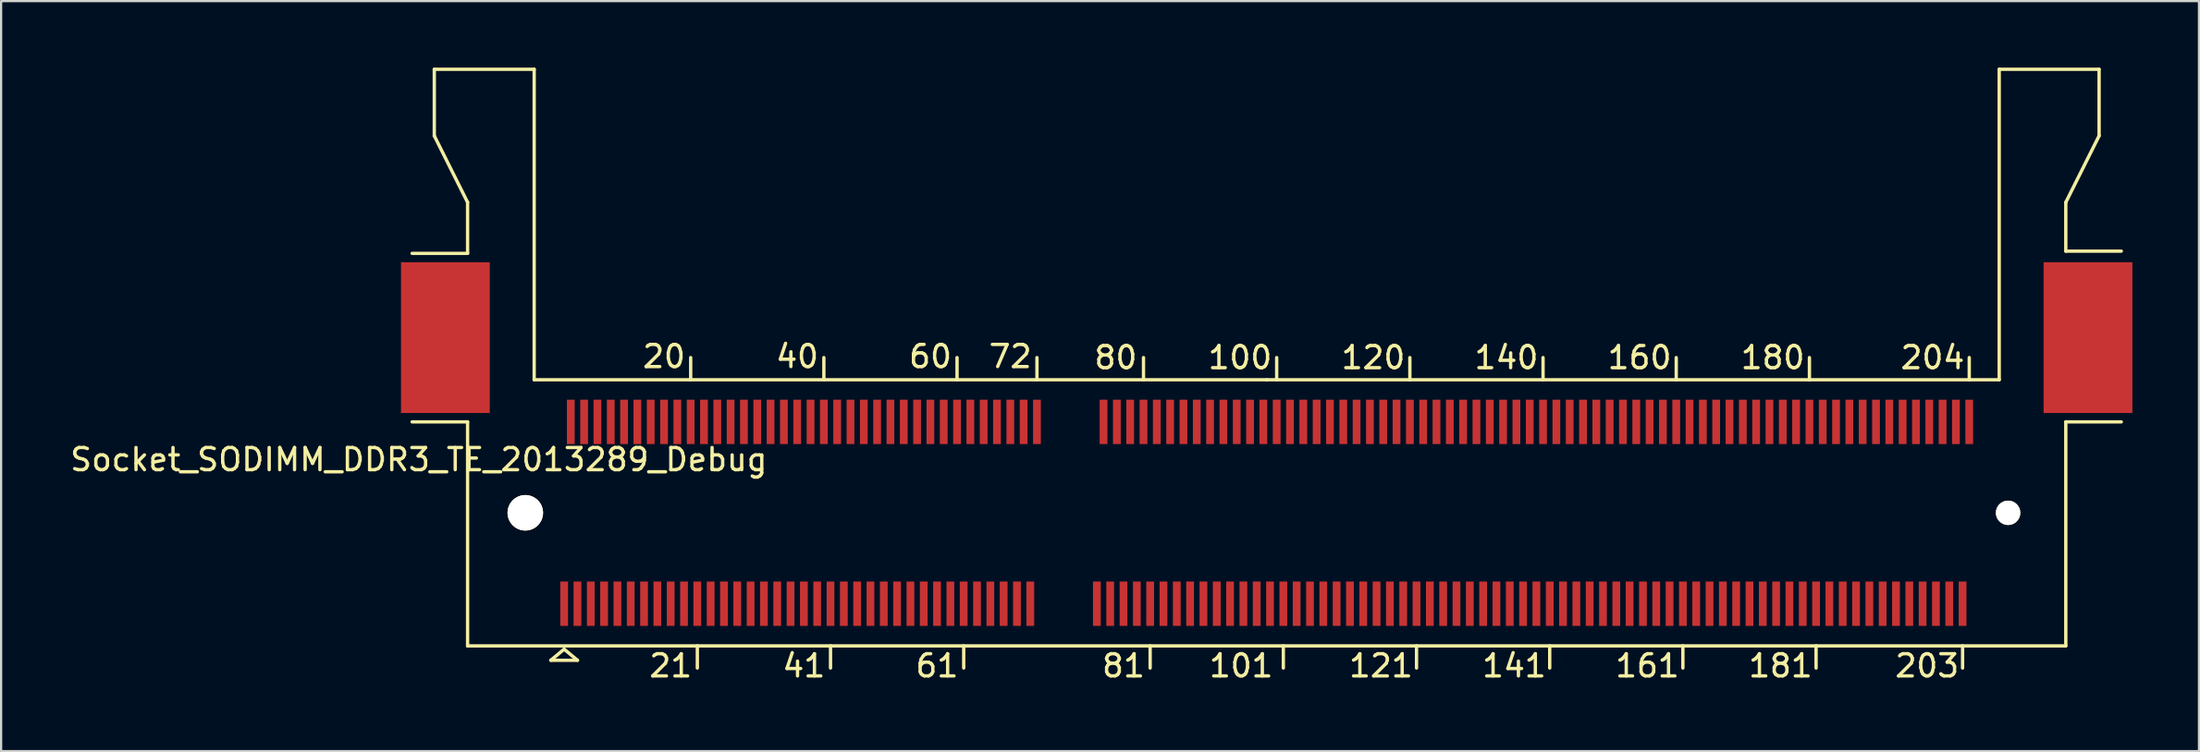
<source format=kicad_pcb>
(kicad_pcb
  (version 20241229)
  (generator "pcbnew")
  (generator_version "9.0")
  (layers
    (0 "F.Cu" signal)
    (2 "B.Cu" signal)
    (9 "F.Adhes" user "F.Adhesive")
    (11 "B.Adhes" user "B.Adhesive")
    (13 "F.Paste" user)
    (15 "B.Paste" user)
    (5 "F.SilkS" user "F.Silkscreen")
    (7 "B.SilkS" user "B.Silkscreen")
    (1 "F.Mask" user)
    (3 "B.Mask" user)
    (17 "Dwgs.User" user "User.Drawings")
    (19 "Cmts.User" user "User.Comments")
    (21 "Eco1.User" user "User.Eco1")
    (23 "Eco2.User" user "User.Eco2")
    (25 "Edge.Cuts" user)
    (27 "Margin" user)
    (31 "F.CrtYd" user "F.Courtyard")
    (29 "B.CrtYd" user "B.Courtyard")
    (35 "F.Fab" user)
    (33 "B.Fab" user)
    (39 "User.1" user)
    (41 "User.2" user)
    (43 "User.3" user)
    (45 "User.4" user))
  (footprint "Socket_SODIMM_DDR3_TE_2013289_Debug"
    (layer "F.Cu")
    (at 54.015 20.075)
    (property "Reference" "Socket_SODIMM_DDR3_TE_2013289_Debug" (at -38.2 -2.4 0) (layer "F.SilkS") (effects (font (size 1 1) (thickness 0.15))))
    (attr smd)
    (fp_line (start -37.5 -20) (end -37.5 -17) (stroke (width 0.15) (type solid)) (layer "F.SilkS"))
    (fp_line (start -37.5 -17) (end -36 -14) (stroke (width 0.15) (type solid)) (layer "F.SilkS"))
    (fp_line (start -36 -14) (end -36 -11.7) (stroke (width 0.15) (type solid)) (layer "F.SilkS"))
    (fp_line (start -36 -11.7) (end -38.5 -11.7) (stroke (width 0.15) (type solid)) (layer "F.SilkS"))
    (fp_line (start -36 -4.1) (end -38.5 -4.1) (stroke (width 0.15) (type solid)) (layer "F.SilkS"))
    (fp_line (start -36 -4.1) (end -36 6) (stroke (width 0.15) (type solid)) (layer "F.SilkS"))
    (fp_line (start -36 6) (end 36 6) (stroke (width 0.15) (type solid)) (layer "F.SilkS"))
    (fp_line (start -33 -20) (end -37.5 -20) (stroke (width 0.15) (type solid)) (layer "F.SilkS"))
    (fp_line (start -33 -6) (end -33 -20) (stroke (width 0.15) (type solid)) (layer "F.SilkS"))
    (fp_line (start -32.25 6.65) (end -31.65 6.15) (stroke (width 0.15) (type solid)) (layer "F.SilkS"))
    (fp_line (start -31.65 6.15) (end -31.05 6.65) (stroke (width 0.15) (type solid)) (layer "F.SilkS"))
    (fp_line (start -31.05 6.65) (end -32.25 6.65) (stroke (width 0.15) (type solid)) (layer "F.SilkS"))
    (fp_line (start -25.95 -6) (end -25.95 -7) (stroke (width 0.15) (type solid)) (layer "F.SilkS"))
    (fp_line (start -25.65 7) (end -25.65 6) (stroke (width 0.15) (type solid)) (layer "F.SilkS"))
    (fp_line (start -19.95 -6) (end -19.95 -7) (stroke (width 0.15) (type solid)) (layer "F.SilkS"))
    (fp_line (start -19.65 7) (end -19.65 6) (stroke (width 0.15) (type solid)) (layer "F.SilkS"))
    (fp_line (start -13.95 -6) (end -13.95 -7) (stroke (width 0.15) (type solid)) (layer "F.SilkS"))
    (fp_line (start -13.65 7) (end -13.65 6) (stroke (width 0.15) (type solid)) (layer "F.SilkS"))
    (fp_line (start -10.35 -6) (end -10.35 -7) (stroke (width 0.15) (type solid)) (layer "F.SilkS"))
    (fp_line (start -5.55 -6) (end -5.55 -7) (stroke (width 0.15) (type solid)) (layer "F.SilkS"))
    (fp_line (start -5.25 7) (end -5.25 6) (stroke (width 0.15) (type solid)) (layer "F.SilkS"))
    (fp_line (start 0 -6) (end -33 -6) (stroke (width 0.15) (type solid)) (layer "F.SilkS"))
    (fp_line (start 0.45 -6) (end 0.45 -7) (stroke (width 0.15) (type solid)) (layer "F.SilkS"))
    (fp_line (start 0.75 7) (end 0.75 6) (stroke (width 0.15) (type solid)) (layer "F.SilkS"))
    (fp_line (start 6.45 -6) (end 6.45 -7) (stroke (width 0.15) (type solid)) (layer "F.SilkS"))
    (fp_line (start 6.75 7) (end 6.75 6) (stroke (width 0.15) (type solid)) (layer "F.SilkS"))
    (fp_line (start 12.45 -6) (end 12.45 -7) (stroke (width 0.15) (type solid)) (layer "F.SilkS"))
    (fp_line (start 12.75 7) (end 12.75 6) (stroke (width 0.15) (type solid)) (layer "F.SilkS"))
    (fp_line (start 18.45 -6) (end 18.45 -7) (stroke (width 0.15) (type solid)) (layer "F.SilkS"))
    (fp_line (start 18.75 7) (end 18.75 6) (stroke (width 0.15) (type solid)) (layer "F.SilkS"))
    (fp_line (start 24.45 -6) (end 24.45 -7) (stroke (width 0.15) (type solid)) (layer "F.SilkS"))
    (fp_line (start 24.75 7) (end 24.75 6) (stroke (width 0.15) (type solid)) (layer "F.SilkS"))
    (fp_line (start 31.35 7) (end 31.35 6) (stroke (width 0.15) (type solid)) (layer "F.SilkS"))
    (fp_line (start 31.65 -6) (end 31.65 -7) (stroke (width 0.15) (type solid)) (layer "F.SilkS"))
    (fp_line (start 33 -20) (end 33 -6) (stroke (width 0.15) (type solid)) (layer "F.SilkS"))
    (fp_line (start 33 -6) (end 0 -6) (stroke (width 0.15) (type solid)) (layer "F.SilkS"))
    (fp_line (start 36 -14) (end 36 -11.8) (stroke (width 0.15) (type solid)) (layer "F.SilkS"))
    (fp_line (start 36 -14) (end 37.5 -17) (stroke (width 0.15) (type solid)) (layer "F.SilkS"))
    (fp_line (start 36 -11.8) (end 38.5 -11.8) (stroke (width 0.15) (type solid)) (layer "F.SilkS"))
    (fp_line (start 36 -4.1) (end 38.5 -4.1) (stroke (width 0.15) (type solid)) (layer "F.SilkS"))
    (fp_line (start 36 6) (end 36 -4.1) (stroke (width 0.15) (type solid)) (layer "F.SilkS"))
    (fp_line (start 37.5 -20) (end 33 -20) (stroke (width 0.15) (type solid)) (layer "F.SilkS"))
    (fp_line (start 37.5 -17) (end 37.5 -20) (stroke (width 0.15) (type solid)) (layer "F.SilkS"))
    (fp_text user "180" (at 22.8 -7 0) (layer "F.SilkS") (effects (font (size 1 1) (thickness 0.15))))
    (fp_text user "21" (at -26.85 6.9 0) (layer "F.SilkS") (effects (font (size 1 1) (thickness 0.15))))
    (fp_text user "203" (at 29.75 6.9 0) (layer "F.SilkS") (effects (font (size 1 1) (thickness 0.15))))
    (fp_text user "141" (at 11.15 6.9 0) (layer "F.SilkS") (effects (font (size 1 1) (thickness 0.15))))
    (fp_text user "204" (at 30 -7 0) (layer "F.SilkS") (effects (font (size 1 1) (thickness 0.15))))
    (fp_text user "120" (at 4.8 -7 0) (layer "F.SilkS") (effects (font (size 1 1) (thickness 0.15))))
    (fp_text user "160" (at 16.8 -7 0) (layer "F.SilkS") (effects (font (size 1 1) (thickness 0.15))))
    (fp_text user "181" (at 23.15 6.9 0) (layer "F.SilkS") (effects (font (size 1 1) (thickness 0.15))))
    (fp_text user "20" (at -27.15 -7.05 0) (layer "F.SilkS") (effects (font (size 1 1) (thickness 0.15))))
    (fp_text user "100" (at -1.2 -7 0) (layer "F.SilkS") (effects (font (size 1 1) (thickness 0.15))))
    (fp_text user "140" (at 10.8 -7 0) (layer "F.SilkS") (effects (font (size 1 1) (thickness 0.15))))
    (fp_text user "81" (at -6.45 6.9 0) (layer "F.SilkS") (effects (font (size 1 1) (thickness 0.15))))
    (fp_text user "161" (at 17.15 6.9 0) (layer "F.SilkS") (effects (font (size 1 1) (thickness 0.15))))
    (fp_text user "60" (at -15.15 -7.05 0) (layer "F.SilkS") (effects (font (size 1 1) (thickness 0.15))))
    (fp_text user "41" (at -20.85 6.9 0) (layer "F.SilkS") (effects (font (size 1 1) (thickness 0.15))))
    (fp_text user "40" (at -21.15 -7.05 0) (layer "F.SilkS") (effects (font (size 1 1) (thickness 0.15))))
    (fp_text user "61" (at -14.85 6.9 0) (layer "F.SilkS") (effects (font (size 1 1) (thickness 0.15))))
    (fp_text user "72" (at -11.55 -7.05 0) (layer "F.SilkS") (effects (font (size 1 1) (thickness 0.15))))
    (fp_text user "121" (at 5.15 6.9 0) (layer "F.SilkS") (effects (font (size 1 1) (thickness 0.15))))
    (fp_text user "80" (at -6.8 -7 0) (layer "F.SilkS") (effects (font (size 1 1) (thickness 0.15))))
    (fp_text user "101" (at -1.15 6.9 0) (layer "F.SilkS") (effects (font (size 1 1) (thickness 0.15))))
    (pad "" smd rect (at -37 -7.9) (size 4 6.8) (layers "F.Cu" "F.Mask" "F.Paste"))
    (pad "" np_thru_hole circle (at -33.4 0) (size 1.6 1.6) (drill 1.6) (layers "*.Cu" "*.Mask" "F.SilkS"))
    (pad "" np_thru_hole circle (at 33.4 0) (size 1.1 1.1) (drill 1.1) (layers "*.Cu" "*.Mask" "F.SilkS"))
    (pad "" smd rect (at 37 -7.9) (size 4 6.8) (layers "F.Cu" "F.Mask" "F.Paste"))
    (pad "1" smd rect (at -31.65 4.1) (size 0.35 2) (layers "F.Cu" "F.Mask" "F.Paste"))
    (pad "2" smd rect (at -31.35 -4.1) (size 0.35 2) (layers "F.Cu" "F.Mask" "F.Paste"))
    (pad "3" smd rect (at -31.05 4.1) (size 0.35 2) (layers "F.Cu" "F.Mask" "F.Paste"))
    (pad "4" smd rect (at -30.75 -4.1) (size 0.35 2) (layers "F.Cu" "F.Mask" "F.Paste"))
    (pad "5" smd rect (at -30.45 4.1) (size 0.35 2) (layers "F.Cu" "F.Mask" "F.Paste"))
    (pad "6" smd rect (at -30.15 -4.1) (size 0.35 2) (layers "F.Cu" "F.Mask" "F.Paste"))
    (pad "7" smd rect (at -29.85 4.1) (size 0.35 2) (layers "F.Cu" "F.Mask" "F.Paste"))
    (pad "8" smd rect (at -29.55 -4.1) (size 0.35 2) (layers "F.Cu" "F.Mask" "F.Paste"))
    (pad "9" smd rect (at -29.25 4.1) (size 0.35 2) (layers "F.Cu" "F.Mask" "F.Paste"))
    (pad "10" smd rect (at -28.95 -4.1) (size 0.35 2) (layers "F.Cu" "F.Mask" "F.Paste"))
    (pad "11" smd rect (at -28.65 4.1) (size 0.35 2) (layers "F.Cu" "F.Mask" "F.Paste"))
    (pad "12" smd rect (at -28.35 -4.1) (size 0.35 2) (layers "F.Cu" "F.Mask" "F.Paste"))
    (pad "13" smd rect (at -28.05 4.1) (size 0.35 2) (layers "F.Cu" "F.Mask" "F.Paste"))
    (pad "14" smd rect (at -27.75 -4.1) (size 0.35 2) (layers "F.Cu" "F.Mask" "F.Paste"))
    (pad "15" smd rect (at -27.45 4.1) (size 0.35 2) (layers "F.Cu" "F.Mask" "F.Paste"))
    (pad "16" smd rect (at -27.15 -4.1) (size 0.35 2) (layers "F.Cu" "F.Mask" "F.Paste"))
    (pad "17" smd rect (at -26.85 4.1) (size 0.35 2) (layers "F.Cu" "F.Mask" "F.Paste"))
    (pad "18" smd rect (at -26.55 -4.1) (size 0.35 2) (layers "F.Cu" "F.Mask" "F.Paste"))
    (pad "19" smd rect (at -26.25 4.1) (size 0.35 2) (layers "F.Cu" "F.Mask" "F.Paste"))
    (pad "20" smd rect (at -25.95 -4.1) (size 0.35 2) (layers "F.Cu" "F.Mask" "F.Paste"))
    (pad "21" smd rect (at -25.65 4.1) (size 0.35 2) (layers "F.Cu" "F.Mask" "F.Paste"))
    (pad "22" smd rect (at -25.35 -4.1) (size 0.35 2) (layers "F.Cu" "F.Mask" "F.Paste"))
    (pad "23" smd rect (at -25.05 4.1) (size 0.35 2) (layers "F.Cu" "F.Mask" "F.Paste"))
    (pad "24" smd rect (at -24.75 -4.1) (size 0.35 2) (layers "F.Cu" "F.Mask" "F.Paste"))
    (pad "25" smd rect (at -24.45 4.1) (size 0.35 2) (layers "F.Cu" "F.Mask" "F.Paste"))
    (pad "26" smd rect (at -24.15 -4.1) (size 0.35 2) (layers "F.Cu" "F.Mask" "F.Paste"))
    (pad "27" smd rect (at -23.85 4.1) (size 0.35 2) (layers "F.Cu" "F.Mask" "F.Paste"))
    (pad "28" smd rect (at -23.55 -4.1) (size 0.35 2) (layers "F.Cu" "F.Mask" "F.Paste"))
    (pad "29" smd rect (at -23.25 4.1) (size 0.35 2) (layers "F.Cu" "F.Mask" "F.Paste"))
    (pad "30" smd rect (at -22.95 -4.1) (size 0.35 2) (layers "F.Cu" "F.Mask" "F.Paste"))
    (pad "31" smd rect (at -22.65 4.1) (size 0.35 2) (layers "F.Cu" "F.Mask" "F.Paste"))
    (pad "32" smd rect (at -22.35 -4.1) (size 0.35 2) (layers "F.Cu" "F.Mask" "F.Paste"))
    (pad "33" smd rect (at -22.05 4.1) (size 0.35 2) (layers "F.Cu" "F.Mask" "F.Paste"))
    (pad "34" smd rect (at -21.75 -4.1) (size 0.35 2) (layers "F.Cu" "F.Mask" "F.Paste"))
    (pad "35" smd rect (at -21.45 4.1) (size 0.35 2) (layers "F.Cu" "F.Mask" "F.Paste"))
    (pad "36" smd rect (at -21.15 -4.1) (size 0.35 2) (layers "F.Cu" "F.Mask" "F.Paste"))
    (pad "37" smd rect (at -20.85 4.1) (size 0.35 2) (layers "F.Cu" "F.Mask" "F.Paste"))
    (pad "38" smd rect (at -20.55 -4.1) (size 0.35 2) (layers "F.Cu" "F.Mask" "F.Paste"))
    (pad "39" smd rect (at -20.25 4.1) (size 0.35 2) (layers "F.Cu" "F.Mask" "F.Paste"))
    (pad "40" smd rect (at -19.95 -4.1) (size 0.35 2) (layers "F.Cu" "F.Mask" "F.Paste"))
    (pad "41" smd rect (at -19.65 4.1) (size 0.35 2) (layers "F.Cu" "F.Mask" "F.Paste"))
    (pad "42" smd rect (at -19.35 -4.1) (size 0.35 2) (layers "F.Cu" "F.Mask" "F.Paste"))
    (pad "43" smd rect (at -19.05 4.1) (size 0.35 2) (layers "F.Cu" "F.Mask" "F.Paste"))
    (pad "44" smd rect (at -18.75 -4.1) (size 0.35 2) (layers "F.Cu" "F.Mask" "F.Paste"))
    (pad "45" smd rect (at -18.45 4.1) (size 0.35 2) (layers "F.Cu" "F.Mask" "F.Paste"))
    (pad "46" smd rect (at -18.15 -4.1) (size 0.35 2) (layers "F.Cu" "F.Mask" "F.Paste"))
    (pad "47" smd rect (at -17.85 4.1) (size 0.35 2) (layers "F.Cu" "F.Mask" "F.Paste"))
    (pad "48" smd rect (at -17.55 -4.1) (size 0.35 2) (layers "F.Cu" "F.Mask" "F.Paste"))
    (pad "49" smd rect (at -17.25 4.1) (size 0.35 2) (layers "F.Cu" "F.Mask" "F.Paste"))
    (pad "50" smd rect (at -16.95 -4.1) (size 0.35 2) (layers "F.Cu" "F.Mask" "F.Paste"))
    (pad "51" smd rect (at -16.65 4.1) (size 0.35 2) (layers "F.Cu" "F.Mask" "F.Paste"))
    (pad "52" smd rect (at -16.35 -4.1) (size 0.35 2) (layers "F.Cu" "F.Mask" "F.Paste"))
    (pad "53" smd rect (at -16.05 4.1) (size 0.35 2) (layers "F.Cu" "F.Mask" "F.Paste"))
    (pad "54" smd rect (at -15.75 -4.1) (size 0.35 2) (layers "F.Cu" "F.Mask" "F.Paste"))
    (pad "55" smd rect (at -15.45 4.1) (size 0.35 2) (layers "F.Cu" "F.Mask" "F.Paste"))
    (pad "56" smd rect (at -15.15 -4.1) (size 0.35 2) (layers "F.Cu" "F.Mask" "F.Paste"))
    (pad "57" smd rect (at -14.85 4.1) (size 0.35 2) (layers "F.Cu" "F.Mask" "F.Paste"))
    (pad "58" smd rect (at -14.55 -4.1) (size 0.35 2) (layers "F.Cu" "F.Mask" "F.Paste"))
    (pad "59" smd rect (at -14.25 4.1) (size 0.35 2) (layers "F.Cu" "F.Mask" "F.Paste"))
    (pad "60" smd rect (at -13.95 -4.1) (size 0.35 2) (layers "F.Cu" "F.Mask" "F.Paste"))
    (pad "61" smd rect (at -13.65 4.1) (size 0.35 2) (layers "F.Cu" "F.Mask" "F.Paste"))
    (pad "62" smd rect (at -13.35 -4.1) (size 0.35 2) (layers "F.Cu" "F.Mask" "F.Paste"))
    (pad "63" smd rect (at -13.05 4.1) (size 0.35 2) (layers "F.Cu" "F.Mask" "F.Paste"))
    (pad "64" smd rect (at -12.75 -4.1) (size 0.35 2) (layers "F.Cu" "F.Mask" "F.Paste"))
    (pad "65" smd rect (at -12.45 4.1) (size 0.35 2) (layers "F.Cu" "F.Mask" "F.Paste"))
    (pad "66" smd rect (at -12.15 -4.1) (size 0.35 2) (layers "F.Cu" "F.Mask" "F.Paste"))
    (pad "67" smd rect (at -11.85 4.1) (size 0.35 2) (layers "F.Cu" "F.Mask" "F.Paste"))
    (pad "68" smd rect (at -11.55 -4.1) (size 0.35 2) (layers "F.Cu" "F.Mask" "F.Paste"))
    (pad "69" smd rect (at -11.25 4.1) (size 0.35 2) (layers "F.Cu" "F.Mask" "F.Paste"))
    (pad "70" smd rect (at -10.95 -4.1) (size 0.35 2) (layers "F.Cu" "F.Mask" "F.Paste"))
    (pad "71" smd rect (at -10.65 4.1) (size 0.35 2) (layers "F.Cu" "F.Mask" "F.Paste"))
    (pad "72" smd rect (at -10.35 -4.1) (size 0.35 2) (layers "F.Cu" "F.Mask" "F.Paste"))
    (pad "73" smd rect (at -7.65 4.1) (size 0.35 2) (layers "F.Cu" "F.Mask" "F.Paste"))
    (pad "74" smd rect (at -7.35 -4.1) (size 0.35 2) (layers "F.Cu" "F.Mask" "F.Paste"))
    (pad "75" smd rect (at -7.05 4.1) (size 0.35 2) (layers "F.Cu" "F.Mask" "F.Paste"))
    (pad "76" smd rect (at -6.75 -4.1) (size 0.35 2) (layers "F.Cu" "F.Mask" "F.Paste"))
    (pad "77" smd rect (at -6.45 4.1) (size 0.35 2) (layers "F.Cu" "F.Mask" "F.Paste"))
    (pad "78" smd rect (at -6.15 -4.1) (size 0.35 2) (layers "F.Cu" "F.Mask" "F.Paste"))
    (pad "79" smd rect (at -5.85 4.1) (size 0.35 2) (layers "F.Cu" "F.Mask" "F.Paste"))
    (pad "80" smd rect (at -5.55 -4.1) (size 0.35 2) (layers "F.Cu" "F.Mask" "F.Paste"))
    (pad "81" smd rect (at -5.25 4.1) (size 0.35 2) (layers "F.Cu" "F.Mask" "F.Paste"))
    (pad "82" smd rect (at -4.95 -4.1) (size 0.35 2) (layers "F.Cu" "F.Mask" "F.Paste"))
    (pad "83" smd rect (at -4.65 4.1) (size 0.35 2) (layers "F.Cu" "F.Mask" "F.Paste"))
    (pad "84" smd rect (at -4.35 -4.1) (size 0.35 2) (layers "F.Cu" "F.Mask" "F.Paste"))
    (pad "85" smd rect (at -4.05 4.1) (size 0.35 2) (layers "F.Cu" "F.Mask" "F.Paste"))
    (pad "86" smd rect (at -3.75 -4.1) (size 0.35 2) (layers "F.Cu" "F.Mask" "F.Paste"))
    (pad "87" smd rect (at -3.45 4.1) (size 0.35 2) (layers "F.Cu" "F.Mask" "F.Paste"))
    (pad "88" smd rect (at -3.15 -4.1) (size 0.35 2) (layers "F.Cu" "F.Mask" "F.Paste"))
    (pad "89" smd rect (at -2.85 4.1) (size 0.35 2) (layers "F.Cu" "F.Mask" "F.Paste"))
    (pad "90" smd rect (at -2.55 -4.1) (size 0.35 2) (layers "F.Cu" "F.Mask" "F.Paste"))
    (pad "91" smd rect (at -2.25 4.1) (size 0.35 2) (layers "F.Cu" "F.Mask" "F.Paste"))
    (pad "92" smd rect (at -1.95 -4.1) (size 0.35 2) (layers "F.Cu" "F.Mask" "F.Paste"))
    (pad "93" smd rect (at -1.65 4.1) (size 0.35 2) (layers "F.Cu" "F.Mask" "F.Paste"))
    (pad "94" smd rect (at -1.35 -4.1) (size 0.35 2) (layers "F.Cu" "F.Mask" "F.Paste"))
    (pad "95" smd rect (at -1.05 4.1) (size 0.35 2) (layers "F.Cu" "F.Mask" "F.Paste"))
    (pad "96" smd rect (at -0.75 -4.1) (size 0.35 2) (layers "F.Cu" "F.Mask" "F.Paste"))
    (pad "97" smd rect (at -0.45 4.1) (size 0.35 2) (layers "F.Cu" "F.Mask" "F.Paste"))
    (pad "98" smd rect (at -0.15 -4.1) (size 0.35 2) (layers "F.Cu" "F.Mask" "F.Paste"))
    (pad "99" smd rect (at 0.15 4.1) (size 0.35 2) (layers "F.Cu" "F.Mask" "F.Paste"))
    (pad "100" smd rect (at 0.45 -4.1) (size 0.35 2) (layers "F.Cu" "F.Mask" "F.Paste"))
    (pad "101" smd rect (at 0.75 4.1) (size 0.35 2) (layers "F.Cu" "F.Mask" "F.Paste"))
    (pad "102" smd rect (at 1.05 -4.1) (size 0.35 2) (layers "F.Cu" "F.Mask" "F.Paste"))
    (pad "103" smd rect (at 1.35 4.1) (size 0.35 2) (layers "F.Cu" "F.Mask" "F.Paste"))
    (pad "104" smd rect (at 1.65 -4.1) (size 0.35 2) (layers "F.Cu" "F.Mask" "F.Paste"))
    (pad "105" smd rect (at 1.95 4.1) (size 0.35 2) (layers "F.Cu" "F.Mask" "F.Paste"))
    (pad "106" smd rect (at 2.25 -4.1) (size 0.35 2) (layers "F.Cu" "F.Mask" "F.Paste"))
    (pad "107" smd rect (at 2.55 4.1) (size 0.35 2) (layers "F.Cu" "F.Mask" "F.Paste"))
    (pad "108" smd rect (at 2.85 -4.1) (size 0.35 2) (layers "F.Cu" "F.Mask" "F.Paste"))
    (pad "109" smd rect (at 3.15 4.1) (size 0.35 2) (layers "F.Cu" "F.Mask" "F.Paste"))
    (pad "110" smd rect (at 3.45 -4.1) (size 0.35 2) (layers "F.Cu" "F.Mask" "F.Paste"))
    (pad "111" smd rect (at 3.75 4.1) (size 0.35 2) (layers "F.Cu" "F.Mask" "F.Paste"))
    (pad "112" smd rect (at 4.05 -4.1) (size 0.35 2) (layers "F.Cu" "F.Mask" "F.Paste"))
    (pad "113" smd rect (at 4.35 4.1) (size 0.35 2) (layers "F.Cu" "F.Mask" "F.Paste"))
    (pad "114" smd rect (at 4.65 -4.1) (size 0.35 2) (layers "F.Cu" "F.Mask" "F.Paste"))
    (pad "115" smd rect (at 4.95 4.1) (size 0.35 2) (layers "F.Cu" "F.Mask" "F.Paste"))
    (pad "116" smd rect (at 5.25 -4.1) (size 0.35 2) (layers "F.Cu" "F.Mask" "F.Paste"))
    (pad "117" smd rect (at 5.55 4.1) (size 0.35 2) (layers "F.Cu" "F.Mask" "F.Paste"))
    (pad "118" smd rect (at 5.85 -4.1) (size 0.35 2) (layers "F.Cu" "F.Mask" "F.Paste"))
    (pad "119" smd rect (at 6.15 4.1) (size 0.35 2) (layers "F.Cu" "F.Mask" "F.Paste"))
    (pad "120" smd rect (at 6.45 -4.1) (size 0.35 2) (layers "F.Cu" "F.Mask" "F.Paste"))
    (pad "121" smd rect (at 6.75 4.1) (size 0.35 2) (layers "F.Cu" "F.Mask" "F.Paste"))
    (pad "122" smd rect (at 7.05 -4.1) (size 0.35 2) (layers "F.Cu" "F.Mask" "F.Paste"))
    (pad "123" smd rect (at 7.35 4.1) (size 0.35 2) (layers "F.Cu" "F.Mask" "F.Paste"))
    (pad "124" smd rect (at 7.65 -4.1) (size 0.35 2) (layers "F.Cu" "F.Mask" "F.Paste"))
    (pad "125" smd rect (at 7.95 4.1) (size 0.35 2) (layers "F.Cu" "F.Mask" "F.Paste"))
    (pad "126" smd rect (at 8.25 -4.1) (size 0.35 2) (layers "F.Cu" "F.Mask" "F.Paste"))
    (pad "127" smd rect (at 8.55 4.1) (size 0.35 2) (layers "F.Cu" "F.Mask" "F.Paste"))
    (pad "128" smd rect (at 8.85 -4.1) (size 0.35 2) (layers "F.Cu" "F.Mask" "F.Paste"))
    (pad "129" smd rect (at 9.15 4.1) (size 0.35 2) (layers "F.Cu" "F.Mask" "F.Paste"))
    (pad "130" smd rect (at 9.45 -4.1) (size 0.35 2) (layers "F.Cu" "F.Mask" "F.Paste"))
    (pad "131" smd rect (at 9.75 4.1) (size 0.35 2) (layers "F.Cu" "F.Mask" "F.Paste"))
    (pad "132" smd rect (at 10.05 -4.1) (size 0.35 2) (layers "F.Cu" "F.Mask" "F.Paste"))
    (pad "133" smd rect (at 10.35 4.1) (size 0.35 2) (layers "F.Cu" "F.Mask" "F.Paste"))
    (pad "134" smd rect (at 10.65 -4.1) (size 0.35 2) (layers "F.Cu" "F.Mask" "F.Paste"))
    (pad "135" smd rect (at 10.95 4.1) (size 0.35 2) (layers "F.Cu" "F.Mask" "F.Paste"))
    (pad "136" smd rect (at 11.25 -4.1) (size 0.35 2) (layers "F.Cu" "F.Mask" "F.Paste"))
    (pad "137" smd rect (at 11.55 4.1) (size 0.35 2) (layers "F.Cu" "F.Mask" "F.Paste"))
    (pad "138" smd rect (at 11.85 -4.1) (size 0.35 2) (layers "F.Cu" "F.Mask" "F.Paste"))
    (pad "139" smd rect (at 12.15 4.1) (size 0.35 2) (layers "F.Cu" "F.Mask" "F.Paste"))
    (pad "140" smd rect (at 12.45 -4.1) (size 0.35 2) (layers "F.Cu" "F.Mask" "F.Paste"))
    (pad "141" smd rect (at 12.75 4.1) (size 0.35 2) (layers "F.Cu" "F.Mask" "F.Paste"))
    (pad "142" smd rect (at 13.05 -4.1) (size 0.35 2) (layers "F.Cu" "F.Mask" "F.Paste"))
    (pad "143" smd rect (at 13.35 4.1) (size 0.35 2) (layers "F.Cu" "F.Mask" "F.Paste"))
    (pad "144" smd rect (at 13.65 -4.1) (size 0.35 2) (layers "F.Cu" "F.Mask" "F.Paste"))
    (pad "145" smd rect (at 13.95 4.1) (size 0.35 2) (layers "F.Cu" "F.Mask" "F.Paste"))
    (pad "146" smd rect (at 14.25 -4.1) (size 0.35 2) (layers "F.Cu" "F.Mask" "F.Paste"))
    (pad "147" smd rect (at 14.55 4.1) (size 0.35 2) (layers "F.Cu" "F.Mask" "F.Paste"))
    (pad "148" smd rect (at 14.85 -4.1) (size 0.35 2) (layers "F.Cu" "F.Mask" "F.Paste"))
    (pad "149" smd rect (at 15.15 4.1) (size 0.35 2) (layers "F.Cu" "F.Mask" "F.Paste"))
    (pad "150" smd rect (at 15.45 -4.1) (size 0.35 2) (layers "F.Cu" "F.Mask" "F.Paste"))
    (pad "151" smd rect (at 15.75 4.1) (size 0.35 2) (layers "F.Cu" "F.Mask" "F.Paste"))
    (pad "152" smd rect (at 16.05 -4.1) (size 0.35 2) (layers "F.Cu" "F.Mask" "F.Paste"))
    (pad "153" smd rect (at 16.35 4.1) (size 0.35 2) (layers "F.Cu" "F.Mask" "F.Paste"))
    (pad "154" smd rect (at 16.65 -4.1) (size 0.35 2) (layers "F.Cu" "F.Mask" "F.Paste"))
    (pad "155" smd rect (at 16.95 4.1) (size 0.35 2) (layers "F.Cu" "F.Mask" "F.Paste"))
    (pad "156" smd rect (at 17.25 -4.1) (size 0.35 2) (layers "F.Cu" "F.Mask" "F.Paste"))
    (pad "157" smd rect (at 17.55 4.1) (size 0.35 2) (layers "F.Cu" "F.Mask" "F.Paste"))
    (pad "158" smd rect (at 17.85 -4.1) (size 0.35 2) (layers "F.Cu" "F.Mask" "F.Paste"))
    (pad "159" smd rect (at 18.15 4.1) (size 0.35 2) (layers "F.Cu" "F.Mask" "F.Paste"))
    (pad "160" smd rect (at 18.45 -4.1) (size 0.35 2) (layers "F.Cu" "F.Mask" "F.Paste"))
    (pad "161" smd rect (at 18.75 4.1) (size 0.35 2) (layers "F.Cu" "F.Mask" "F.Paste"))
    (pad "162" smd rect (at 19.05 -4.1) (size 0.35 2) (layers "F.Cu" "F.Mask" "F.Paste"))
    (pad "163" smd rect (at 19.35 4.1) (size 0.35 2) (layers "F.Cu" "F.Mask" "F.Paste"))
    (pad "164" smd rect (at 19.65 -4.1) (size 0.35 2) (layers "F.Cu" "F.Mask" "F.Paste"))
    (pad "165" smd rect (at 19.95 4.1) (size 0.35 2) (layers "F.Cu" "F.Mask" "F.Paste"))
    (pad "166" smd rect (at 20.25 -4.1) (size 0.35 2) (layers "F.Cu" "F.Mask" "F.Paste"))
    (pad "167" smd rect (at 20.55 4.1) (size 0.35 2) (layers "F.Cu" "F.Mask" "F.Paste"))
    (pad "168" smd rect (at 20.85 -4.1) (size 0.35 2) (layers "F.Cu" "F.Mask" "F.Paste"))
    (pad "169" smd rect (at 21.15 4.1) (size 0.35 2) (layers "F.Cu" "F.Mask" "F.Paste"))
    (pad "170" smd rect (at 21.45 -4.1) (size 0.35 2) (layers "F.Cu" "F.Mask" "F.Paste"))
    (pad "171" smd rect (at 21.75 4.1) (size 0.35 2) (layers "F.Cu" "F.Mask" "F.Paste"))
    (pad "172" smd rect (at 22.05 -4.1) (size 0.35 2) (layers "F.Cu" "F.Mask" "F.Paste"))
    (pad "173" smd rect (at 22.35 4.1) (size 0.35 2) (layers "F.Cu" "F.Mask" "F.Paste"))
    (pad "174" smd rect (at 22.65 -4.1) (size 0.35 2) (layers "F.Cu" "F.Mask" "F.Paste"))
    (pad "175" smd rect (at 22.95 4.1) (size 0.35 2) (layers "F.Cu" "F.Mask" "F.Paste"))
    (pad "176" smd rect (at 23.25 -4.1) (size 0.35 2) (layers "F.Cu" "F.Mask" "F.Paste"))
    (pad "177" smd rect (at 23.55 4.1) (size 0.35 2) (layers "F.Cu" "F.Mask" "F.Paste"))
    (pad "178" smd rect (at 23.85 -4.1) (size 0.35 2) (layers "F.Cu" "F.Mask" "F.Paste"))
    (pad "179" smd rect (at 24.15 4.1) (size 0.35 2) (layers "F.Cu" "F.Mask" "F.Paste"))
    (pad "180" smd rect (at 24.45 -4.1) (size 0.35 2) (layers "F.Cu" "F.Mask" "F.Paste"))
    (pad "181" smd rect (at 24.75 4.1) (size 0.35 2) (layers "F.Cu" "F.Mask" "F.Paste"))
    (pad "182" smd rect (at 25.05 -4.1) (size 0.35 2) (layers "F.Cu" "F.Mask" "F.Paste"))
    (pad "183" smd rect (at 25.35 4.1) (size 0.35 2) (layers "F.Cu" "F.Mask" "F.Paste"))
    (pad "184" smd rect (at 25.65 -4.1) (size 0.35 2) (layers "F.Cu" "F.Mask" "F.Paste"))
    (pad "185" smd rect (at 25.95 4.1) (size 0.35 2) (layers "F.Cu" "F.Mask" "F.Paste"))
    (pad "186" smd rect (at 26.25 -4.1) (size 0.35 2) (layers "F.Cu" "F.Mask" "F.Paste"))
    (pad "187" smd rect (at 26.55 4.1) (size 0.35 2) (layers "F.Cu" "F.Mask" "F.Paste"))
    (pad "188" smd rect (at 26.85 -4.1) (size 0.35 2) (layers "F.Cu" "F.Mask" "F.Paste"))
    (pad "189" smd rect (at 27.15 4.1) (size 0.35 2) (layers "F.Cu" "F.Mask" "F.Paste"))
    (pad "190" smd rect (at 27.45 -4.1) (size 0.35 2) (layers "F.Cu" "F.Mask" "F.Paste"))
    (pad "191" smd rect (at 27.75 4.1) (size 0.35 2) (layers "F.Cu" "F.Mask" "F.Paste"))
    (pad "192" smd rect (at 28.05 -4.1) (size 0.35 2) (layers "F.Cu" "F.Mask" "F.Paste"))
    (pad "193" smd rect (at 28.35 4.1) (size 0.35 2) (layers "F.Cu" "F.Mask" "F.Paste"))
    (pad "194" smd rect (at 28.65 -4.1) (size 0.35 2) (layers "F.Cu" "F.Mask" "F.Paste"))
    (pad "195" smd rect (at 28.95 4.1) (size 0.35 2) (layers "F.Cu" "F.Mask" "F.Paste"))
    (pad "196" smd rect (at 29.25 -4.1) (size 0.35 2) (layers "F.Cu" "F.Mask" "F.Paste"))
    (pad "197" smd rect (at 29.55 4.1) (size 0.35 2) (layers "F.Cu" "F.Mask" "F.Paste"))
    (pad "198" smd rect (at 29.85 -4.1) (size 0.35 2) (layers "F.Cu" "F.Mask" "F.Paste"))
    (pad "199" smd rect (at 30.15 4.1) (size 0.35 2) (layers "F.Cu" "F.Mask" "F.Paste"))
    (pad "200" smd rect (at 30.45 -4.1) (size 0.35 2) (layers "F.Cu" "F.Mask" "F.Paste"))
    (pad "201" smd rect (at 30.75 4.1) (size 0.35 2) (layers "F.Cu" "F.Mask" "F.Paste"))
    (pad "202" smd rect (at 31.05 -4.1) (size 0.35 2) (layers "F.Cu" "F.Mask" "F.Paste"))
    (pad "203" smd rect (at 31.35 4.1) (size 0.35 2) (layers "F.Cu" "F.Mask" "F.Paste"))
    (pad "204" smd rect (at 31.65 -4.1) (size 0.35 2) (layers "F.Cu" "F.Mask" "F.Paste")))
  (gr_rect
    (start -3 -3)
    (end 96.015 30.823)
    (stroke (width 0.1) (type default))
    (fill no)
    (layer "Edge.Cuts")))
</source>
